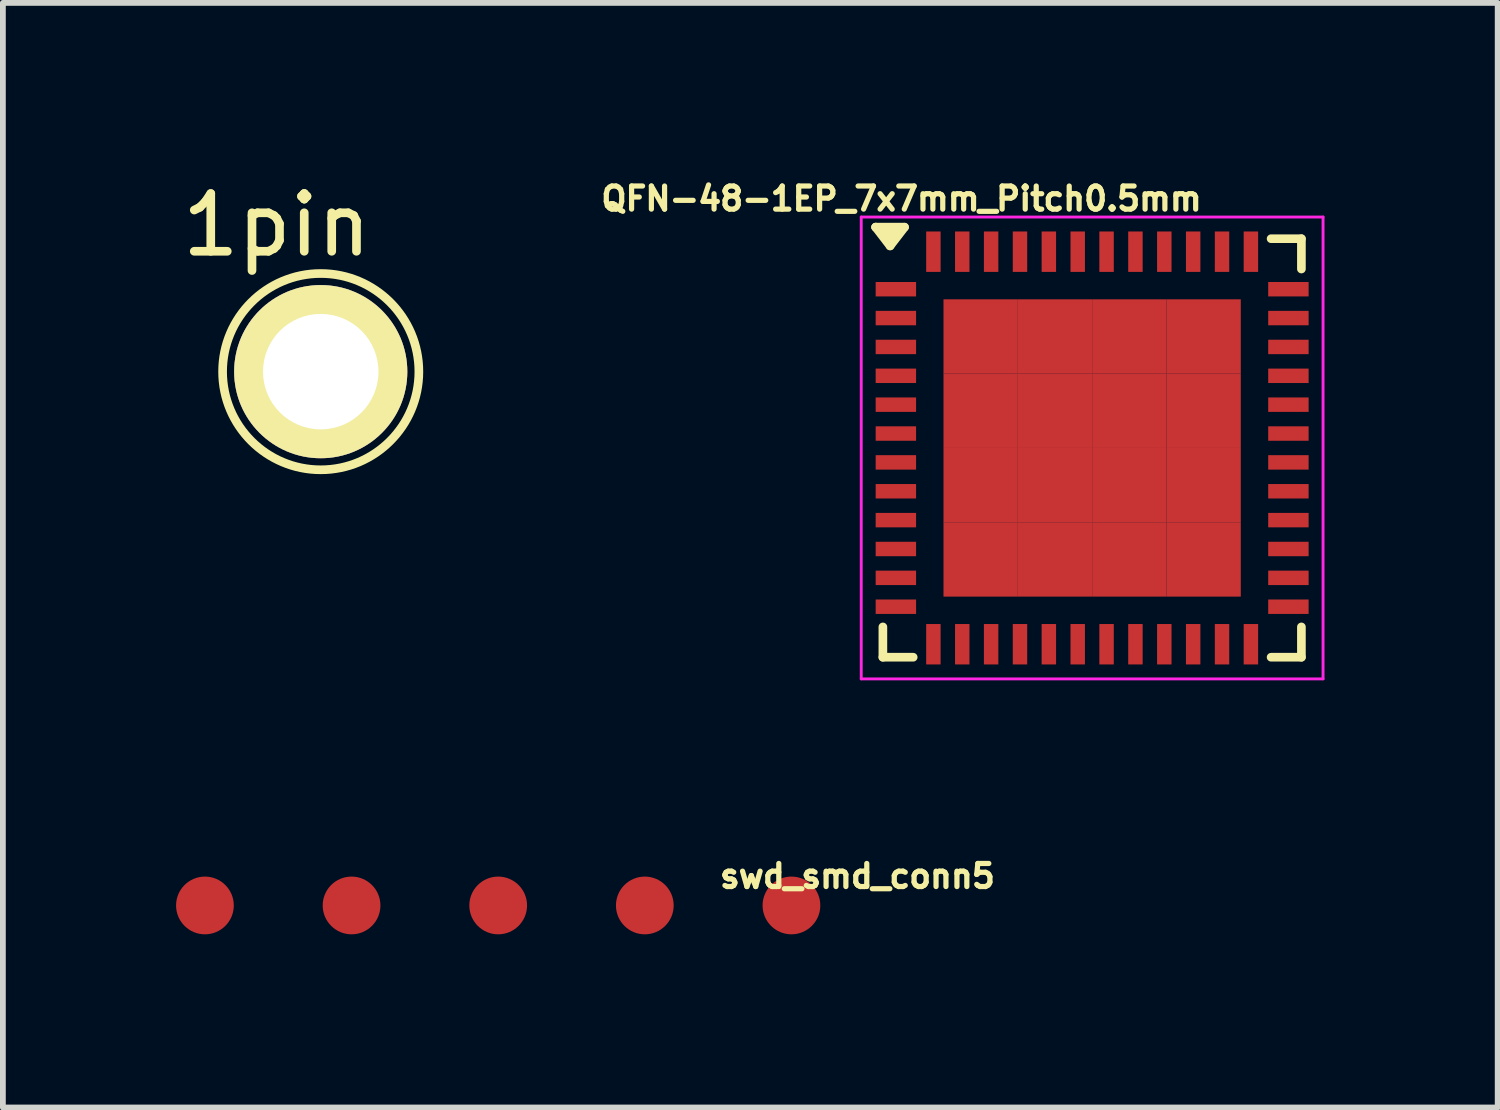
<source format=kicad_pcb>
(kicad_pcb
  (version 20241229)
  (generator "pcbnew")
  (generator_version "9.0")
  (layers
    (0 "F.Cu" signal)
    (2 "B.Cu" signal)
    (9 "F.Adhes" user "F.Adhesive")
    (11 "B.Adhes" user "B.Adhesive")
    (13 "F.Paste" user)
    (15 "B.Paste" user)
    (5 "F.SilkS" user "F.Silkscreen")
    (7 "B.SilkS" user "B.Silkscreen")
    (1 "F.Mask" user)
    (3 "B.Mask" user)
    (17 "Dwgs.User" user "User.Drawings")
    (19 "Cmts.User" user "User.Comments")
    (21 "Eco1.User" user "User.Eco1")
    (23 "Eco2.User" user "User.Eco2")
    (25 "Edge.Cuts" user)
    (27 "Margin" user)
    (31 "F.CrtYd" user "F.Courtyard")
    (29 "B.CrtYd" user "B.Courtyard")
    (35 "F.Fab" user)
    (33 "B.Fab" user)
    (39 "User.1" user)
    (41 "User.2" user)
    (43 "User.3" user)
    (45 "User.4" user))
  (footprint "QFN-48-1EP_7x7mm_Pitch0.5mm"
    (layer "F.Cu")
    (at 15.869 4.71)
    (property "Reference" "QFN-48-1EP_7x7mm_Pitch0.5mm" (at -3.302 -4.318 0) (layer "F.SilkS") (effects (font (size 0.4 0.4) (thickness 0.09))))
    (attr smd)
    (fp_line (start -3.75 -3.825) (end -3.525 -3.675) (stroke (width 0.15) (type solid)) (layer "F.SilkS"))
    (fp_line (start -3.75 -3.825) (end -3.25 -3.825) (stroke (width 0.15) (type solid)) (layer "F.SilkS"))
    (fp_line (start -3.625 3.625) (end -3.625 3.1) (stroke (width 0.15) (type solid)) (layer "F.SilkS"))
    (fp_line (start -3.625 3.625) (end -3.1 3.625) (stroke (width 0.15) (type solid)) (layer "F.SilkS"))
    (fp_line (start -3.525 -3.675) (end -3.425 -3.725) (stroke (width 0.15) (type solid)) (layer "F.SilkS"))
    (fp_line (start -3.5 -3.5) (end -3.75 -3.825) (stroke (width 0.15) (type solid)) (layer "F.SilkS"))
    (fp_line (start -3.25 -3.825) (end -3.5 -3.5) (stroke (width 0.15) (type solid)) (layer "F.SilkS"))
    (fp_line (start 3.625 -3.625) (end 3.1 -3.625) (stroke (width 0.15) (type solid)) (layer "F.SilkS"))
    (fp_line (start 3.625 -3.625) (end 3.625 -3.1) (stroke (width 0.15) (type solid)) (layer "F.SilkS"))
    (fp_line (start 3.625 3.625) (end 3.1 3.625) (stroke (width 0.15) (type solid)) (layer "F.SilkS"))
    (fp_line (start 3.625 3.625) (end 3.625 3.1) (stroke (width 0.15) (type solid)) (layer "F.SilkS"))
    (fp_line (start -4 -4) (end -4 4) (stroke (width 0.05) (type solid)) (layer "F.CrtYd"))
    (fp_line (start -4 -4) (end 4 -4) (stroke (width 0.05) (type solid)) (layer "F.CrtYd"))
    (fp_line (start -4 4) (end 4 4) (stroke (width 0.05) (type solid)) (layer "F.CrtYd"))
    (fp_line (start 4 -4) (end 4 4) (stroke (width 0.05) (type solid)) (layer "F.CrtYd"))
    (pad "1" smd rect (at -3.4 -2.75) (size 0.7 0.25) (layers "F.Cu" "F.Mask" "F.Paste"))
    (pad "2" smd rect (at -3.4 -2.25) (size 0.7 0.25) (layers "F.Cu" "F.Mask" "F.Paste"))
    (pad "3" smd rect (at -3.4 -1.75) (size 0.7 0.25) (layers "F.Cu" "F.Mask" "F.Paste"))
    (pad "4" smd rect (at -3.4 -1.25) (size 0.7 0.25) (layers "F.Cu" "F.Mask" "F.Paste"))
    (pad "5" smd rect (at -3.4 -0.75) (size 0.7 0.25) (layers "F.Cu" "F.Mask" "F.Paste"))
    (pad "6" smd rect (at -3.4 -0.25) (size 0.7 0.25) (layers "F.Cu" "F.Mask" "F.Paste"))
    (pad "7" smd rect (at -3.4 0.25) (size 0.7 0.25) (layers "F.Cu" "F.Mask" "F.Paste"))
    (pad "8" smd rect (at -3.4 0.75) (size 0.7 0.25) (layers "F.Cu" "F.Mask" "F.Paste"))
    (pad "9" smd rect (at -3.4 1.25) (size 0.7 0.25) (layers "F.Cu" "F.Mask" "F.Paste"))
    (pad "10" smd rect (at -3.4 1.75) (size 0.7 0.25) (layers "F.Cu" "F.Mask" "F.Paste"))
    (pad "11" smd rect (at -3.4 2.25) (size 0.7 0.25) (layers "F.Cu" "F.Mask" "F.Paste"))
    (pad "12" smd rect (at -3.4 2.75) (size 0.7 0.25) (layers "F.Cu" "F.Mask" "F.Paste"))
    (pad "13" smd rect (at -2.75 3.4 90) (size 0.7 0.25) (layers "F.Cu" "F.Mask" "F.Paste"))
    (pad "14" smd rect (at -2.25 3.4 90) (size 0.7 0.25) (layers "F.Cu" "F.Mask" "F.Paste"))
    (pad "15" smd rect (at -1.75 3.4 90) (size 0.7 0.25) (layers "F.Cu" "F.Mask" "F.Paste"))
    (pad "16" smd rect (at -1.25 3.4 90) (size 0.7 0.25) (layers "F.Cu" "F.Mask" "F.Paste"))
    (pad "17" smd rect (at -0.75 3.4 90) (size 0.7 0.25) (layers "F.Cu" "F.Mask" "F.Paste"))
    (pad "18" smd rect (at -0.25 3.4 90) (size 0.7 0.25) (layers "F.Cu" "F.Mask" "F.Paste"))
    (pad "19" smd rect (at 0.25 3.4 90) (size 0.7 0.25) (layers "F.Cu" "F.Mask" "F.Paste"))
    (pad "20" smd rect (at 0.75 3.4 90) (size 0.7 0.25) (layers "F.Cu" "F.Mask" "F.Paste"))
    (pad "21" smd rect (at 1.25 3.4 90) (size 0.7 0.25) (layers "F.Cu" "F.Mask" "F.Paste"))
    (pad "22" smd rect (at 1.75 3.4 90) (size 0.7 0.25) (layers "F.Cu" "F.Mask" "F.Paste"))
    (pad "23" smd rect (at 2.25 3.4 90) (size 0.7 0.25) (layers "F.Cu" "F.Mask" "F.Paste"))
    (pad "24" smd rect (at 2.75 3.4 90) (size 0.7 0.25) (layers "F.Cu" "F.Mask" "F.Paste"))
    (pad "25" smd rect (at 3.4 2.75) (size 0.7 0.25) (layers "F.Cu" "F.Mask" "F.Paste"))
    (pad "26" smd rect (at 3.4 2.25) (size 0.7 0.25) (layers "F.Cu" "F.Mask" "F.Paste"))
    (pad "27" smd rect (at 3.4 1.75) (size 0.7 0.25) (layers "F.Cu" "F.Mask" "F.Paste"))
    (pad "28" smd rect (at 3.4 1.25) (size 0.7 0.25) (layers "F.Cu" "F.Mask" "F.Paste"))
    (pad "29" smd rect (at 3.4 0.75) (size 0.7 0.25) (layers "F.Cu" "F.Mask" "F.Paste"))
    (pad "30" smd rect (at 3.4 0.25) (size 0.7 0.25) (layers "F.Cu" "F.Mask" "F.Paste"))
    (pad "31" smd rect (at 3.4 -0.25) (size 0.7 0.25) (layers "F.Cu" "F.Mask" "F.Paste"))
    (pad "32" smd rect (at 3.4 -0.75) (size 0.7 0.25) (layers "F.Cu" "F.Mask" "F.Paste"))
    (pad "33" smd rect (at 3.4 -1.25) (size 0.7 0.25) (layers "F.Cu" "F.Mask" "F.Paste"))
    (pad "34" smd rect (at 3.4 -1.75) (size 0.7 0.25) (layers "F.Cu" "F.Mask" "F.Paste"))
    (pad "35" smd rect (at 3.4 -2.25) (size 0.7 0.25) (layers "F.Cu" "F.Mask" "F.Paste"))
    (pad "36" smd rect (at 3.4 -2.75) (size 0.7 0.25) (layers "F.Cu" "F.Mask" "F.Paste"))
    (pad "37" smd rect (at 2.75 -3.4 90) (size 0.7 0.25) (layers "F.Cu" "F.Mask" "F.Paste"))
    (pad "38" smd rect (at 2.25 -3.4 90) (size 0.7 0.25) (layers "F.Cu" "F.Mask" "F.Paste"))
    (pad "39" smd rect (at 1.75 -3.4 90) (size 0.7 0.25) (layers "F.Cu" "F.Mask" "F.Paste"))
    (pad "40" smd rect (at 1.25 -3.4 90) (size 0.7 0.25) (layers "F.Cu" "F.Mask" "F.Paste"))
    (pad "41" smd rect (at 0.75 -3.4 90) (size 0.7 0.25) (layers "F.Cu" "F.Mask" "F.Paste"))
    (pad "42" smd rect (at 0.25 -3.4 90) (size 0.7 0.25) (layers "F.Cu" "F.Mask" "F.Paste"))
    (pad "43" smd rect (at -0.25 -3.4 90) (size 0.7 0.25) (layers "F.Cu" "F.Mask" "F.Paste"))
    (pad "44" smd rect (at -0.75 -3.4 90) (size 0.7 0.25) (layers "F.Cu" "F.Mask" "F.Paste"))
    (pad "45" smd rect (at -1.25 -3.4 90) (size 0.7 0.25) (layers "F.Cu" "F.Mask" "F.Paste"))
    (pad "46" smd rect (at -1.75 -3.4 90) (size 0.7 0.25) (layers "F.Cu" "F.Mask" "F.Paste"))
    (pad "47" smd rect (at -2.25 -3.4 90) (size 0.7 0.25) (layers "F.Cu" "F.Mask" "F.Paste"))
    (pad "48" smd rect (at -2.75 -3.4 90) (size 0.7 0.25) (layers "F.Cu" "F.Mask" "F.Paste"))
    (pad "49" smd rect (at -1.931 -1.931) (size 1.288 1.288) (layers "F.Cu" "F.Mask" "F.Paste"))
    (pad "49" smd rect (at -1.931 -0.644) (size 1.288 1.288) (layers "F.Cu" "F.Mask" "F.Paste"))
    (pad "49" smd rect (at -1.931 0.644) (size 1.288 1.288) (layers "F.Cu" "F.Mask" "F.Paste"))
    (pad "49" smd rect (at -1.931 1.931) (size 1.288 1.288) (layers "F.Cu" "F.Mask" "F.Paste"))
    (pad "49" smd rect (at -0.644 -1.931) (size 1.288 1.288) (layers "F.Cu" "F.Mask" "F.Paste"))
    (pad "49" smd rect (at -0.644 -0.644) (size 1.288 1.288) (layers "F.Cu" "F.Mask" "F.Paste"))
    (pad "49" smd rect (at -0.644 0.644) (size 1.288 1.288) (layers "F.Cu" "F.Mask" "F.Paste"))
    (pad "49" smd rect (at -0.644 1.931) (size 1.288 1.288) (layers "F.Cu" "F.Mask" "F.Paste"))
    (pad "49" smd rect (at 0.644 -1.931) (size 1.288 1.288) (layers "F.Cu" "F.Mask" "F.Paste"))
    (pad "49" smd rect (at 0.644 -0.644) (size 1.288 1.288) (layers "F.Cu" "F.Mask" "F.Paste"))
    (pad "49" smd rect (at 0.644 0.644) (size 1.288 1.288) (layers "F.Cu" "F.Mask" "F.Paste"))
    (pad "49" smd rect (at 0.644 1.931) (size 1.288 1.288) (layers "F.Cu" "F.Mask" "F.Paste"))
    (pad "49" smd rect (at 1.931 -1.931) (size 1.288 1.288) (layers "F.Cu" "F.Mask" "F.Paste"))
    (pad "49" smd rect (at 1.931 -0.644) (size 1.288 1.288) (layers "F.Cu" "F.Mask" "F.Paste"))
    (pad "49" smd rect (at 1.931 0.644) (size 1.288 1.288) (layers "F.Cu" "F.Mask" "F.Paste"))
    (pad "49" smd rect (at 1.931 1.931) (size 1.288 1.288) (layers "F.Cu" "F.Mask" "F.Paste")))
  (footprint "1pin"
    (layer "F.Cu")
    (at 2.506 3.388)
    (property "Reference" "1pin" (at -0.762 -2.54 0) (layer "F.SilkS") (effects (font (size 1 1) (thickness 0.15))))
    (attr through_hole)
    (fp_circle (center 0 0) (end 0 -1.7) (stroke (width 0.15) (type solid)) (fill no) (layer "F.SilkS"))
    (pad "1" thru_hole circle (at 0 0) (size 3 3) (drill 2) (layers "*.Cu" "*.Mask" "F.SilkS")))
  (footprint "swd_smd_conn5"
    (layer "F.Cu")
    (at 4.31 12.635)
    (property "Reference" "swd_smd_conn5" (at 7.493 -0.508 0) (layer "F.SilkS") (effects (font (size 0.4 0.4) (thickness 0.09))))
    (attr through_hole)
    (pad "1" smd oval (at -3.81 0) (size 1 1) (layers "F.Cu" "F.Mask"))
    (pad "2" smd oval (at -1.27 0) (size 1 1) (layers "F.Cu" "F.Mask"))
    (pad "3" smd oval (at 1.27 0) (size 1 1) (layers "F.Cu" "F.Mask"))
    (pad "4" smd oval (at 3.81 0) (size 1 1) (layers "F.Cu" "F.Mask"))
    (pad "5" smd oval (at 6.35 0) (size 1 1) (layers "F.Cu" "F.Mask")))
  (gr_rect
    (start -3 -3)
    (end 22.894 16.135)
    (stroke (width 0.1) (type default))
    (fill no)
    (layer "Edge.Cuts")))
</source>
